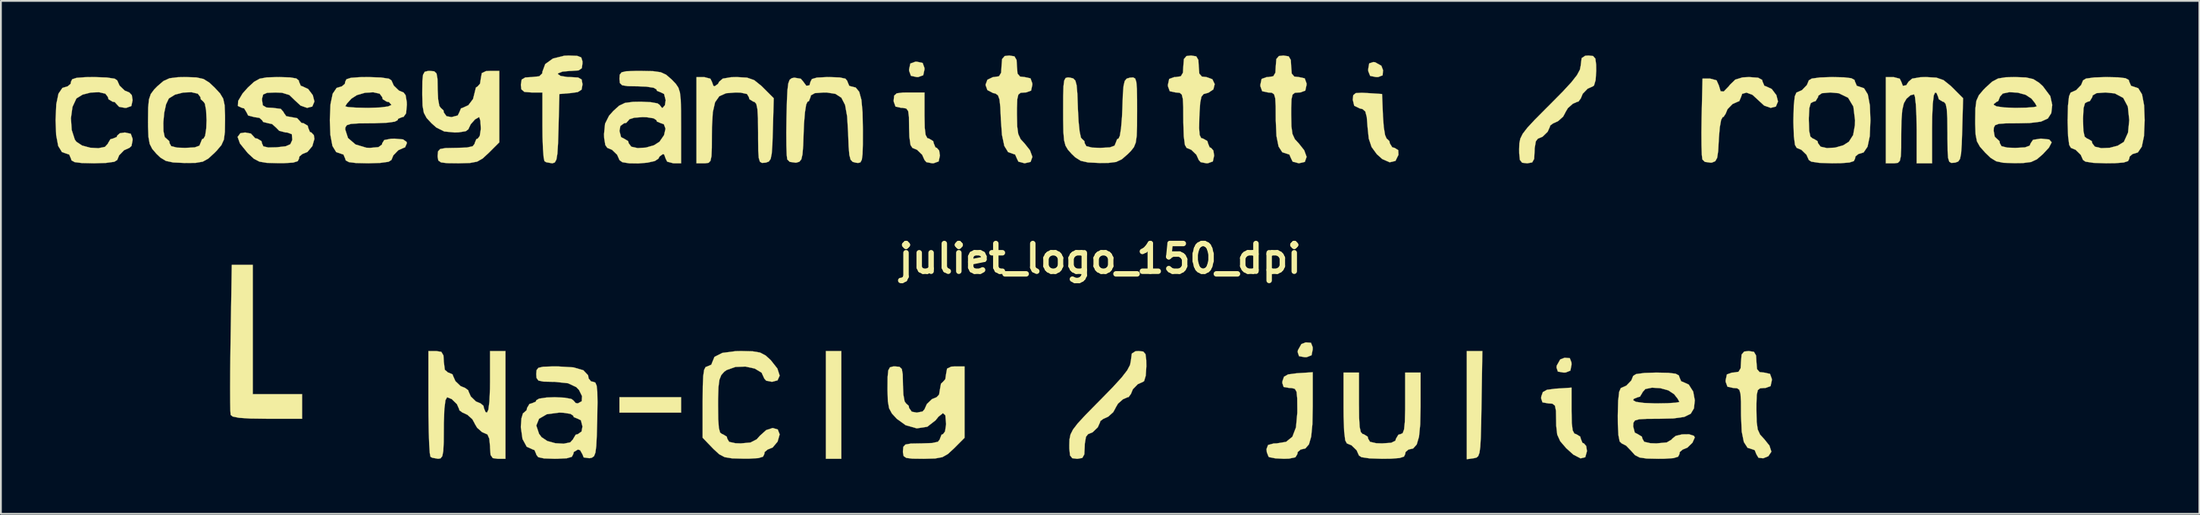
<source format=kicad_pcb>
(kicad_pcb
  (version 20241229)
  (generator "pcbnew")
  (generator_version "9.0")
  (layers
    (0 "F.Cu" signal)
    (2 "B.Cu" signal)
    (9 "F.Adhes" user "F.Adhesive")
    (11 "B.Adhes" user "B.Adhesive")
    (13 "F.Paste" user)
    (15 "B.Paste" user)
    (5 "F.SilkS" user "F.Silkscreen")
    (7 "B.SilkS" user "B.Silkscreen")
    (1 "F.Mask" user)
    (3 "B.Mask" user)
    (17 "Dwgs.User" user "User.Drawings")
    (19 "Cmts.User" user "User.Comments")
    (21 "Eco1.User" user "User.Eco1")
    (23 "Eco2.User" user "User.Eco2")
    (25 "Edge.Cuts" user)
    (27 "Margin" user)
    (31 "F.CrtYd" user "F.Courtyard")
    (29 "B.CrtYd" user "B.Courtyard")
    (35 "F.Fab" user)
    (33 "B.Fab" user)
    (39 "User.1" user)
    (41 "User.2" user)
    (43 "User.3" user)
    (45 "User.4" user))
  (footprint "juliet_logo_150_dpi"
    (layer "F.Cu")
    (at 57.409 11.181)
    (property "Reference" "juliet_logo_150_dpi" (at 0 0 0) (layer "F.SilkS") (effects (font (size 1.524 1.524) (thickness 0.3))))
    (attr through_hole)
    (fp_poly (pts (xy -23.029 8.467) (xy -26.416 8.467) (xy -26.416 7.62) (xy -23.029 7.62) (xy -23.029 8.467)) (stroke (width 0.01) (type solid)) (fill yes) (layer "F.SilkS"))
    (fp_poly (pts (xy -14.224 11.007) (xy -15.071 11.007) (xy -15.071 5.08) (xy -14.224 5.08) (xy -14.224 11.007)) (stroke (width 0.01) (type solid)) (fill yes) (layer "F.SilkS"))
    (fp_poly (pts (xy 11.588 4.625) (xy 11.681 4.867) (xy 11.684 4.984) (xy 11.619 5.311) (xy 11.357 5.415) (xy 11.249 5.419) (xy 10.932 5.363) (xy 10.857 5.14) (xy 10.868 5.038) (xy 11.061 4.695) (xy 11.303 4.603) (xy 11.588 4.625)) (stroke (width 0.01) (type solid)) (fill yes) (layer "F.SilkS"))
    (fp_poly (pts (xy 15.113 -10.807) (xy 15.455 -10.614) (xy 15.548 -10.372) (xy 15.525 -10.087) (xy 15.284 -9.994) (xy 15.167 -9.991) (xy 14.84 -10.056) (xy 14.735 -10.318) (xy 14.732 -10.426) (xy 14.787 -10.743) (xy 15.01 -10.817) (xy 15.113 -10.807)) (stroke (width 0.01) (type solid)) (fill yes) (layer "F.SilkS"))
    (fp_poly (pts (xy 25.812 5.472) (xy 25.905 5.714) (xy 25.908 5.83) (xy 25.843 6.158) (xy 25.581 6.262) (xy 25.473 6.265) (xy 25.156 6.21) (xy 25.081 5.987) (xy 25.092 5.884) (xy 25.285 5.542) (xy 25.527 5.449) (xy 25.812 5.472)) (stroke (width 0.01) (type solid)) (fill yes) (layer "F.SilkS"))
    (fp_poly (pts (xy -9.753 -10.767) (xy -9.654 -10.492) (xy -9.652 -10.414) (xy -9.722 -10.092) (xy -9.997 -9.992) (xy -10.075 -9.991) (xy -10.398 -10.061) (xy -10.497 -10.336) (xy -10.499 -10.414) (xy -10.429 -10.736) (xy -10.153 -10.836) (xy -10.075 -10.837) (xy -9.753 -10.767)) (stroke (width 0.01) (type solid)) (fill yes) (layer "F.SilkS"))
    (fp_poly (pts (xy 20.959 8.001) (xy 20.941 9.058) (xy 20.921 9.824) (xy 20.892 10.348) (xy 20.847 10.677) (xy 20.779 10.859) (xy 20.682 10.942) (xy 20.548 10.974) (xy 20.532 10.976) (xy 20.151 11.03) (xy 20.151 5.08) (xy 21.005 5.08) (xy 20.959 8.001)) (stroke (width 0.01) (type solid)) (fill yes) (layer "F.SilkS"))
    (fp_poly (pts (xy -46.567 7.451) (xy -43.857 7.451) (xy -43.857 8.805) (xy -45.787 8.805) (xy -46.706 8.793) (xy -47.322 8.753) (xy -47.67 8.683) (xy -47.783 8.594) (xy -47.799 8.371) (xy -47.808 7.859) (xy -47.811 7.108) (xy -47.807 6.168) (xy -47.795 5.089) (xy -47.785 4.36) (xy -47.72 0.339) (xy -46.567 0.339) (xy -46.567 7.451)) (stroke (width 0.01) (type solid)) (fill yes) (layer "F.SilkS"))
    (fp_poly (pts (xy 14.69 -9.111) (xy 15.494 -9.059) (xy 15.544 -7.832) (xy 15.588 -7.236) (xy 15.66 -6.8) (xy 15.744 -6.607) (xy 15.755 -6.604) (xy 15.899 -6.467) (xy 15.917 -6.35) (xy 16.054 -6.128) (xy 16.183 -6.096) (xy 16.384 -5.97) (xy 16.395 -5.715) (xy 16.231 -5.38) (xy 15.913 -5.303) (xy 15.504 -5.482) (xy 15.206 -5.75) (xy 14.918 -6.144) (xy 14.764 -6.604) (xy 14.698 -7.233) (xy 14.654 -7.792) (xy 14.574 -8.096) (xy 14.421 -8.231) (xy 14.266 -8.267) (xy 13.964 -8.414) (xy 13.885 -8.742) (xy 13.911 -8.994) (xy 14.048 -9.109) (xy 14.383 -9.127) (xy 14.69 -9.111)) (stroke (width 0.01) (type solid)) (fill yes) (layer "F.SilkS"))
    (fp_poly (pts (xy 25.908 8.373) (xy 25.921 9.045) (xy 25.969 9.441) (xy 26.063 9.621) (xy 26.162 9.652) (xy 26.386 9.788) (xy 26.416 9.906) (xy 26.507 10.131) (xy 26.585 10.16) (xy 26.713 10.305) (xy 26.755 10.583) (xy 26.662 10.92) (xy 26.404 10.984) (xy 26.009 10.78) (xy 25.612 10.422) (xy 25.285 10.04) (xy 25.121 9.679) (xy 25.065 9.192) (xy 25.061 8.905) (xy 25.051 8.366) (xy 24.995 8.084) (xy 24.856 7.976) (xy 24.626 7.959) (xy 24.309 7.903) (xy 24.235 7.68) (xy 24.245 7.578) (xy 24.329 7.34) (xy 24.552 7.213) (xy 25.008 7.152) (xy 25.104 7.145) (xy 25.908 7.093) (xy 25.908 8.373)) (stroke (width 0.01) (type solid)) (fill yes) (layer "F.SilkS"))
    (fp_poly (pts (xy -9.652 -7.874) (xy -9.639 -7.204) (xy -9.591 -6.811) (xy -9.496 -6.633) (xy -9.398 -6.604) (xy -9.174 -6.468) (xy -9.144 -6.35) (xy -9.053 -6.125) (xy -8.975 -6.096) (xy -8.847 -5.951) (xy -8.805 -5.673) (xy -8.875 -5.35) (xy -9.151 -5.251) (xy -9.229 -5.249) (xy -9.547 -5.311) (xy -9.652 -5.431) (xy -9.78 -5.718) (xy -10.062 -5.991) (xy -10.317 -6.096) (xy -10.42 -6.256) (xy -10.483 -6.698) (xy -10.499 -7.197) (xy -10.506 -7.788) (xy -10.548 -8.118) (xy -10.654 -8.262) (xy -10.853 -8.297) (xy -10.922 -8.297) (xy -11.244 -8.367) (xy -11.344 -8.643) (xy -11.345 -8.721) (xy -11.318 -8.972) (xy -11.178 -9.097) (xy -10.838 -9.14) (xy -10.499 -9.144) (xy -9.652 -9.144) (xy -9.652 -7.874)) (stroke (width 0.01) (type solid)) (fill yes) (layer "F.SilkS"))
    (fp_poly (pts (xy 11.684 8.131) (xy 11.665 9.104) (xy 11.599 9.784) (xy 11.475 10.214) (xy 11.28 10.438) (xy 11.019 10.499) (xy 10.858 10.636) (xy 10.837 10.753) (xy 10.734 10.923) (xy 10.385 10.998) (xy 10.104 11.007) (xy 9.628 10.983) (xy 9.309 10.922) (xy 9.257 10.894) (xy 9.16 10.645) (xy 9.144 10.47) (xy 9.229 10.248) (xy 9.539 10.164) (xy 9.699 10.16) (xy 10.219 10.075) (xy 10.566 9.794) (xy 10.763 9.276) (xy 10.836 8.482) (xy 10.837 8.295) (xy 10.831 7.677) (xy 10.796 7.323) (xy 10.702 7.16) (xy 10.525 7.114) (xy 10.402 7.112) (xy 10.085 7.057) (xy 10.011 6.834) (xy 10.021 6.731) (xy 10.105 6.493) (xy 10.328 6.366) (xy 10.784 6.305) (xy 10.88 6.298) (xy 11.684 6.247) (xy 11.684 8.131)) (stroke (width 0.01) (type solid)) (fill yes) (layer "F.SilkS"))
    (fp_poly (pts (xy 14.224 7.959) (xy 14.232 8.748) (xy 14.263 9.255) (xy 14.325 9.535) (xy 14.425 9.644) (xy 14.478 9.652) (xy 14.702 9.788) (xy 14.732 9.906) (xy 14.832 10.073) (xy 15.171 10.15) (xy 15.494 10.16) (xy 15.996 10.127) (xy 16.225 10.014) (xy 16.256 9.906) (xy 16.392 9.682) (xy 16.51 9.652) (xy 16.628 9.596) (xy 16.704 9.391) (xy 16.746 8.981) (xy 16.763 8.311) (xy 16.764 7.959) (xy 16.764 6.265) (xy 17.611 6.265) (xy 17.611 8.14) (xy 17.591 9.112) (xy 17.525 9.79) (xy 17.4 10.218) (xy 17.203 10.44) (xy 16.945 10.499) (xy 16.785 10.636) (xy 16.764 10.753) (xy 16.697 10.887) (xy 16.457 10.965) (xy 15.982 11.001) (xy 15.494 11.007) (xy 14.798 10.984) (xy 14.362 10.918) (xy 14.224 10.825) (xy 14.096 10.538) (xy 13.814 10.265) (xy 13.559 10.16) (xy 13.47 9.993) (xy 13.411 9.5) (xy 13.381 8.692) (xy 13.377 8.213) (xy 13.377 6.265) (xy 14.224 6.265) (xy 14.224 7.959)) (stroke (width 0.01) (type solid)) (fill yes) (layer "F.SilkS"))
    (fp_poly (pts (xy -28.739 -11.158) (xy -28.516 -11.072) (xy -28.451 -10.865) (xy -28.448 -10.753) (xy -28.485 -10.48) (xy -28.659 -10.359) (xy -29.066 -10.329) (xy -29.125 -10.329) (xy -29.549 -10.292) (xy -29.785 -10.198) (xy -29.803 -10.16) (xy -29.652 -10.054) (xy -29.277 -9.995) (xy -29.125 -9.991) (xy -28.688 -9.967) (xy -28.494 -9.858) (xy -28.448 -9.605) (xy -28.448 -9.578) (xy -28.497 -9.299) (xy -28.708 -9.165) (xy -29.083 -9.112) (xy -29.718 -9.059) (xy -29.766 -7.154) (xy -29.792 -6.324) (xy -29.827 -5.775) (xy -29.882 -5.451) (xy -29.968 -5.295) (xy -30.094 -5.25) (xy -30.119 -5.249) (xy -30.438 -5.306) (xy -30.536 -5.362) (xy -30.582 -5.568) (xy -30.619 -6.038) (xy -30.643 -6.697) (xy -30.649 -7.31) (xy -30.649 -9.144) (xy -31.242 -9.144) (xy -31.643 -9.176) (xy -31.807 -9.318) (xy -31.835 -9.567) (xy -31.79 -9.854) (xy -31.591 -9.971) (xy -31.242 -9.991) (xy -30.825 -10.034) (xy -30.662 -10.189) (xy -30.649 -10.292) (xy -30.495 -10.706) (xy -30.073 -11.01) (xy -29.451 -11.165) (xy -29.208 -11.176) (xy -28.739 -11.158)) (stroke (width 0.01) (type solid)) (fill yes) (layer "F.SilkS"))
    (fp_poly (pts (xy -4.709 -11.132) (xy -4.592 -10.932) (xy -4.572 -10.583) (xy -4.54 -10.183) (xy -4.398 -10.018) (xy -4.149 -9.991) (xy -3.826 -9.921) (xy -3.727 -9.645) (xy -3.725 -9.567) (xy -3.795 -9.245) (xy -4.071 -9.146) (xy -4.149 -9.144) (xy -4.368 -9.127) (xy -4.495 -9.027) (xy -4.554 -8.772) (xy -4.571 -8.288) (xy -4.572 -7.936) (xy -4.558 -7.279) (xy -4.5 -6.86) (xy -4.37 -6.576) (xy -4.149 -6.335) (xy -3.856 -5.966) (xy -3.726 -5.611) (xy -3.725 -5.596) (xy -3.821 -5.325) (xy -4.149 -5.249) (xy -4.489 -5.338) (xy -4.572 -5.503) (xy -4.67 -5.729) (xy -4.753 -5.757) (xy -5.056 -5.863) (xy -5.265 -6.202) (xy -5.394 -6.81) (xy -5.454 -7.643) (xy -5.485 -8.337) (xy -5.531 -8.762) (xy -5.613 -8.988) (xy -5.752 -9.086) (xy -5.884 -9.113) (xy -6.197 -9.277) (xy -6.299 -9.563) (xy -6.196 -9.843) (xy -5.896 -9.988) (xy -5.842 -9.991) (xy -5.556 -10.035) (xy -5.439 -10.234) (xy -5.419 -10.583) (xy -5.387 -10.984) (xy -5.245 -11.148) (xy -4.995 -11.176) (xy -4.709 -11.132)) (stroke (width 0.01) (type solid)) (fill yes) (layer "F.SilkS"))
    (fp_poly (pts (xy 36.162 -9.955) (xy 36.381 -9.836) (xy 36.407 -9.737) (xy 36.504 -9.511) (xy 36.588 -9.483) (xy 36.907 -9.338) (xy 37.165 -8.997) (xy 37.253 -8.648) (xy 37.137 -8.37) (xy 36.852 -8.297) (xy 36.492 -8.423) (xy 36.169 -8.721) (xy 35.851 -9.014) (xy 35.523 -9.136) (xy 35.284 -9.069) (xy 35.221 -8.89) (xy 35.124 -8.665) (xy 35.04 -8.636) (xy 34.753 -8.508) (xy 34.48 -8.226) (xy 34.375 -7.971) (xy 34.258 -7.797) (xy 34.213 -7.789) (xy 34.128 -7.634) (xy 34.054 -7.224) (xy 34.005 -6.644) (xy 34.001 -6.562) (xy 33.966 -5.924) (xy 33.91 -5.549) (xy 33.806 -5.363) (xy 33.63 -5.29) (xy 33.57 -5.28) (xy 33.235 -5.326) (xy 33.098 -5.459) (xy 33.068 -5.71) (xy 33.05 -6.227) (xy 33.045 -6.933) (xy 33.056 -7.756) (xy 33.057 -7.799) (xy 33.105 -9.906) (xy 33.528 -9.906) (xy 33.877 -9.813) (xy 34.005 -9.525) (xy 34.099 -9.211) (xy 34.269 -9.196) (xy 34.548 -9.484) (xy 34.612 -9.567) (xy 34.908 -9.853) (xy 35.308 -9.974) (xy 35.668 -9.991) (xy 36.162 -9.955)) (stroke (width 0.01) (type solid)) (fill yes) (layer "F.SilkS"))
    (fp_poly (pts (xy -21.419 -9.902) (xy -21.336 -9.737) (xy -21.254 -9.511) (xy -21.185 -9.483) (xy -21 -9.617) (xy -20.936 -9.737) (xy -20.739 -9.906) (xy -20.284 -9.983) (xy -19.97 -9.991) (xy -19.404 -9.96) (xy -19.011 -9.823) (xy -18.629 -9.516) (xy -18.519 -9.409) (xy -17.937 -8.827) (xy -17.986 -7.081) (xy -18.011 -6.296) (xy -18.047 -5.787) (xy -18.106 -5.491) (xy -18.205 -5.346) (xy -18.358 -5.289) (xy -18.415 -5.28) (xy -18.587 -5.269) (xy -18.698 -5.336) (xy -18.76 -5.539) (xy -18.788 -5.939) (xy -18.796 -6.595) (xy -18.796 -6.931) (xy -18.804 -7.724) (xy -18.835 -8.234) (xy -18.896 -8.516) (xy -18.995 -8.627) (xy -19.05 -8.636) (xy -19.274 -8.772) (xy -19.304 -8.89) (xy -19.409 -9.061) (xy -19.761 -9.136) (xy -20.028 -9.144) (xy -20.56 -9.101) (xy -20.928 -8.938) (xy -21.161 -8.607) (xy -21.286 -8.057) (xy -21.333 -7.239) (xy -21.336 -6.856) (xy -21.339 -6.111) (xy -21.359 -5.642) (xy -21.413 -5.384) (xy -21.517 -5.275) (xy -21.688 -5.25) (xy -21.759 -5.249) (xy -22.183 -5.249) (xy -22.183 -9.991) (xy -21.759 -9.991) (xy -21.419 -9.902)) (stroke (width 0.01) (type solid)) (fill yes) (layer "F.SilkS"))
    (fp_poly (pts (xy 2.368 5.107) (xy 2.493 5.248) (xy 2.536 5.587) (xy 2.54 5.927) (xy 2.507 6.433) (xy 2.419 6.73) (xy 2.359 6.773) (xy 2.071 6.902) (xy 1.798 7.183) (xy 1.693 7.439) (xy 1.563 7.613) (xy 1.512 7.62) (xy 1.257 7.731) (xy 0.983 7.972) (xy 0.847 8.203) (xy 0.847 8.213) (xy 0.722 8.44) (xy 0.452 8.683) (xy 0.192 8.805) (xy 0.181 8.805) (xy 0.007 8.935) (xy 0 8.987) (xy -0.128 9.274) (xy -0.41 9.547) (xy -0.665 9.652) (xy -0.779 9.802) (xy -0.842 10.177) (xy -0.847 10.329) (xy -0.87 10.766) (xy -0.979 10.96) (xy -1.233 11.006) (xy -1.27 11.007) (xy -1.531 10.975) (xy -1.655 10.82) (xy -1.692 10.45) (xy -1.693 10.245) (xy -1.683 9.934) (xy -1.628 9.67) (xy -1.492 9.399) (xy -1.237 9.067) (xy -0.826 8.62) (xy -0.222 8.005) (xy 0 7.781) (xy 0.699 7.066) (xy 1.183 6.535) (xy 1.487 6.142) (xy 1.645 5.843) (xy 1.693 5.593) (xy 1.693 5.58) (xy 1.741 5.22) (xy 1.941 5.091) (xy 2.117 5.08) (xy 2.368 5.107)) (stroke (width 0.01) (type solid)) (fill yes) (layer "F.SilkS"))
    (fp_poly (pts (xy 27.091 -11.149) (xy 27.216 -11.008) (xy 27.259 -10.669) (xy 27.263 -10.329) (xy 27.23 -9.823) (xy 27.142 -9.526) (xy 27.081 -9.483) (xy 26.794 -9.354) (xy 26.521 -9.073) (xy 26.416 -8.817) (xy 26.286 -8.643) (xy 26.235 -8.636) (xy 25.98 -8.525) (xy 25.706 -8.284) (xy 25.57 -8.053) (xy 25.569 -8.043) (xy 25.445 -7.816) (xy 25.175 -7.573) (xy 24.915 -7.451) (xy 24.904 -7.451) (xy 24.73 -7.321) (xy 24.723 -7.269) (xy 24.594 -6.982) (xy 24.313 -6.709) (xy 24.057 -6.604) (xy 23.944 -6.454) (xy 23.881 -6.079) (xy 23.876 -5.927) (xy 23.853 -5.49) (xy 23.744 -5.296) (xy 23.49 -5.25) (xy 23.453 -5.249) (xy 23.193 -5.28) (xy 23.069 -5.433) (xy 23.031 -5.798) (xy 23.029 -6.024) (xy 23.039 -6.34) (xy 23.091 -6.604) (xy 23.224 -6.873) (xy 23.475 -7.199) (xy 23.88 -7.636) (xy 24.478 -8.239) (xy 24.723 -8.483) (xy 25.421 -9.189) (xy 25.904 -9.713) (xy 26.207 -10.101) (xy 26.366 -10.397) (xy 26.416 -10.647) (xy 26.416 -10.672) (xy 26.462 -11.033) (xy 26.659 -11.164) (xy 26.839 -11.176) (xy 27.091 -11.149)) (stroke (width 0.01) (type solid)) (fill yes) (layer "F.SilkS"))
    (fp_poly (pts (xy 10.362 -11.132) (xy 10.479 -10.932) (xy 10.499 -10.583) (xy 10.53 -10.183) (xy 10.673 -10.018) (xy 10.922 -9.991) (xy 11.244 -9.921) (xy 11.344 -9.645) (xy 11.345 -9.567) (xy 11.275 -9.245) (xy 11 -9.146) (xy 10.922 -9.144) (xy 10.702 -9.127) (xy 10.576 -9.027) (xy 10.517 -8.772) (xy 10.5 -8.288) (xy 10.499 -7.936) (xy 10.512 -7.279) (xy 10.571 -6.86) (xy 10.701 -6.576) (xy 10.922 -6.335) (xy 11.215 -5.966) (xy 11.345 -5.611) (xy 11.345 -5.596) (xy 11.25 -5.325) (xy 10.922 -5.249) (xy 10.582 -5.338) (xy 10.499 -5.503) (xy 10.401 -5.729) (xy 10.317 -5.757) (xy 10.011 -5.855) (xy 9.806 -6.173) (xy 9.691 -6.747) (xy 9.652 -7.615) (xy 9.652 -7.693) (xy 9.648 -8.393) (xy 9.624 -8.822) (xy 9.559 -9.045) (xy 9.435 -9.13) (xy 9.232 -9.144) (xy 9.229 -9.144) (xy 8.906 -9.214) (xy 8.807 -9.489) (xy 8.805 -9.567) (xy 8.875 -9.89) (xy 9.151 -9.989) (xy 9.229 -9.991) (xy 9.515 -10.035) (xy 9.632 -10.234) (xy 9.652 -10.583) (xy 9.684 -10.984) (xy 9.826 -11.148) (xy 10.075 -11.176) (xy 10.362 -11.132)) (stroke (width 0.01) (type solid)) (fill yes) (layer "F.SilkS"))
    (fp_poly (pts (xy 35.931 5.124) (xy 36.048 5.324) (xy 36.068 5.673) (xy 36.1 6.073) (xy 36.242 6.238) (xy 36.491 6.265) (xy 36.814 6.335) (xy 36.913 6.611) (xy 36.915 6.689) (xy 36.845 7.011) (xy 36.569 7.11) (xy 36.491 7.112) (xy 36.272 7.129) (xy 36.145 7.229) (xy 36.086 7.484) (xy 36.069 7.968) (xy 36.068 8.32) (xy 36.081 8.975) (xy 36.139 9.393) (xy 36.269 9.677) (xy 36.499 9.928) (xy 36.503 9.932) (xy 36.783 10.282) (xy 36.886 10.601) (xy 36.882 10.629) (xy 36.723 10.864) (xy 36.444 10.979) (xy 36.181 10.951) (xy 36.068 10.764) (xy 35.974 10.532) (xy 35.887 10.499) (xy 35.58 10.401) (xy 35.376 10.083) (xy 35.26 9.509) (xy 35.222 8.641) (xy 35.221 8.563) (xy 35.218 7.863) (xy 35.193 7.434) (xy 35.129 7.211) (xy 35.005 7.126) (xy 34.802 7.112) (xy 34.798 7.112) (xy 34.476 7.042) (xy 34.376 6.767) (xy 34.375 6.689) (xy 34.445 6.366) (xy 34.72 6.267) (xy 34.798 6.265) (xy 35.084 6.221) (xy 35.201 6.022) (xy 35.221 5.673) (xy 35.253 5.272) (xy 35.395 5.108) (xy 35.645 5.08) (xy 35.931 5.124)) (stroke (width 0.01) (type solid)) (fill yes) (layer "F.SilkS"))
    (fp_poly (pts (xy 5.282 -11.132) (xy 5.399 -10.932) (xy 5.419 -10.583) (xy 5.45 -10.183) (xy 5.593 -10.018) (xy 5.842 -9.991) (xy 6.168 -9.872) (xy 6.297 -9.603) (xy 6.222 -9.31) (xy 5.937 -9.123) (xy 5.884 -9.113) (xy 5.686 -9.057) (xy 5.566 -8.906) (xy 5.5 -8.586) (xy 5.462 -8.022) (xy 5.454 -7.832) (xy 5.439 -7.184) (xy 5.469 -6.807) (xy 5.553 -6.636) (xy 5.665 -6.604) (xy 5.894 -6.472) (xy 5.927 -6.35) (xy 6.018 -6.125) (xy 6.096 -6.096) (xy 6.223 -5.951) (xy 6.265 -5.673) (xy 6.195 -5.35) (xy 5.92 -5.251) (xy 5.842 -5.249) (xy 5.524 -5.311) (xy 5.419 -5.431) (xy 5.29 -5.718) (xy 5.009 -5.991) (xy 4.753 -6.096) (xy 4.659 -6.26) (xy 4.597 -6.736) (xy 4.572 -7.495) (xy 4.572 -7.62) (xy 4.569 -8.341) (xy 4.546 -8.789) (xy 4.487 -9.029) (xy 4.373 -9.125) (xy 4.186 -9.144) (xy 4.149 -9.144) (xy 3.826 -9.214) (xy 3.727 -9.489) (xy 3.725 -9.567) (xy 3.795 -9.89) (xy 4.071 -9.989) (xy 4.149 -9.991) (xy 4.435 -10.035) (xy 4.552 -10.234) (xy 4.572 -10.583) (xy 4.604 -10.984) (xy 4.746 -11.148) (xy 4.995 -11.176) (xy 5.282 -11.132)) (stroke (width 0.01) (type solid)) (fill yes) (layer "F.SilkS"))
    (fp_poly (pts (xy 43.944 -9.902) (xy 44.027 -9.737) (xy 44.115 -9.509) (xy 44.299 -9.541) (xy 44.427 -9.737) (xy 44.624 -9.906) (xy 45.079 -9.983) (xy 45.393 -9.991) (xy 45.959 -9.96) (xy 46.352 -9.823) (xy 46.734 -9.516) (xy 46.844 -9.409) (xy 47.425 -8.827) (xy 47.377 -7.081) (xy 47.351 -6.296) (xy 47.316 -5.787) (xy 47.257 -5.491) (xy 47.158 -5.346) (xy 47.005 -5.289) (xy 46.948 -5.28) (xy 46.775 -5.269) (xy 46.665 -5.336) (xy 46.602 -5.539) (xy 46.574 -5.939) (xy 46.567 -6.595) (xy 46.567 -6.931) (xy 46.558 -7.724) (xy 46.528 -8.234) (xy 46.467 -8.516) (xy 46.368 -8.627) (xy 46.313 -8.636) (xy 46.088 -8.772) (xy 46.059 -8.89) (xy 45.967 -9.115) (xy 45.889 -9.144) (xy 45.814 -8.982) (xy 45.759 -8.522) (xy 45.727 -7.806) (xy 45.72 -7.197) (xy 45.72 -5.249) (xy 44.873 -5.249) (xy 44.873 -7.102) (xy 44.861 -7.859) (xy 44.829 -8.484) (xy 44.781 -8.902) (xy 44.734 -9.041) (xy 44.535 -8.993) (xy 44.311 -8.795) (xy 44.169 -8.549) (xy 44.081 -8.168) (xy 44.037 -7.582) (xy 44.027 -6.856) (xy 44.024 -6.111) (xy 44.004 -5.642) (xy 43.95 -5.384) (xy 43.846 -5.275) (xy 43.674 -5.25) (xy 43.603 -5.249) (xy 43.18 -5.249) (xy 43.18 -9.991) (xy 43.603 -9.991) (xy 43.944 -9.902)) (stroke (width 0.01) (type solid)) (fill yes) (layer "F.SilkS"))
    (fp_poly (pts (xy -1.651 -9.96) (xy -1.475 -9.915) (xy -1.361 -9.797) (xy -1.292 -9.542) (xy -1.252 -9.085) (xy -1.225 -8.362) (xy -1.222 -8.255) (xy -1.185 -7.55) (xy -1.127 -6.996) (xy -1.056 -6.666) (xy -1.01 -6.604) (xy -0.865 -6.467) (xy -0.847 -6.35) (xy -0.756 -6.19) (xy -0.442 -6.112) (xy 0 -6.096) (xy 0.532 -6.123) (xy 0.792 -6.217) (xy 0.847 -6.35) (xy 0.935 -6.575) (xy 1.01 -6.604) (xy 1.084 -6.761) (xy 1.151 -7.186) (xy 1.202 -7.806) (xy 1.222 -8.255) (xy 1.248 -9.014) (xy 1.286 -9.5) (xy 1.351 -9.775) (xy 1.459 -9.906) (xy 1.626 -9.956) (xy 1.651 -9.96) (xy 1.817 -9.971) (xy 1.926 -9.911) (xy 1.99 -9.722) (xy 2.021 -9.347) (xy 2.031 -8.73) (xy 2.032 -8.134) (xy 2.029 -7.313) (xy 2.01 -6.756) (xy 1.958 -6.389) (xy 1.857 -6.137) (xy 1.691 -5.925) (xy 1.518 -5.752) (xy 1.193 -5.47) (xy 0.876 -5.321) (xy 0.44 -5.267) (xy -0.048 -5.266) (xy -0.664 -5.295) (xy -1.064 -5.385) (xy -1.368 -5.577) (xy -1.566 -5.767) (xy -1.77 -5.995) (xy -1.903 -6.22) (xy -1.981 -6.518) (xy -2.019 -6.964) (xy -2.031 -7.631) (xy -2.032 -8.133) (xy -2.03 -8.951) (xy -2.014 -9.487) (xy -1.974 -9.798) (xy -1.897 -9.941) (xy -1.772 -9.973) (xy -1.651 -9.96)) (stroke (width 0.01) (type solid)) (fill yes) (layer "F.SilkS"))
    (fp_poly (pts (xy -19.096 5.095) (xy -18.688 5.164) (xy -18.386 5.322) (xy -18.106 5.575) (xy -17.737 6.042) (xy -17.611 6.432) (xy -17.729 6.693) (xy -18.034 6.773) (xy -18.352 6.711) (xy -18.457 6.592) (xy -18.605 6.268) (xy -18.984 6.043) (xy -19.495 5.933) (xy -20.041 5.954) (xy -20.524 6.124) (xy -20.657 6.218) (xy -20.82 6.4) (xy -20.922 6.656) (xy -20.976 7.063) (xy -20.996 7.696) (xy -20.997 8.081) (xy -20.988 8.837) (xy -20.953 9.313) (xy -20.885 9.565) (xy -20.772 9.65) (xy -20.743 9.652) (xy -20.519 9.788) (xy -20.489 9.906) (xy -20.387 10.076) (xy -20.039 10.151) (xy -19.751 10.16) (xy -19.217 10.113) (xy -18.873 9.936) (xy -18.695 9.737) (xy -18.352 9.428) (xy -17.994 9.312) (xy -17.716 9.396) (xy -17.611 9.664) (xy -17.726 10.064) (xy -17.998 10.387) (xy -18.276 10.499) (xy -18.437 10.636) (xy -18.457 10.753) (xy -18.528 10.892) (xy -18.781 10.97) (xy -19.279 10.999) (xy -19.6 11) (xy -20.227 10.984) (xy -20.632 10.917) (xy -20.931 10.761) (xy -21.241 10.476) (xy -21.294 10.422) (xy -21.844 9.85) (xy -21.844 7.889) (xy -21.837 7.03) (xy -21.813 6.457) (xy -21.763 6.117) (xy -21.682 5.959) (xy -21.59 5.927) (xy -21.365 5.829) (xy -21.336 5.745) (xy -21.195 5.401) (xy -20.763 5.182) (xy -20.029 5.086) (xy -19.726 5.08) (xy -19.096 5.095)) (stroke (width 0.01) (type solid)) (fill yes) (layer "F.SilkS"))
    (fp_poly (pts (xy -14.311 -9.971) (xy -13.995 -9.902) (xy -13.887 -9.767) (xy -13.885 -9.737) (xy -13.788 -9.511) (xy -13.704 -9.483) (xy -13.431 -9.415) (xy -13.24 -9.182) (xy -13.119 -8.74) (xy -13.056 -8.047) (xy -13.039 -7.112) (xy -13.041 -6.293) (xy -13.056 -5.756) (xy -13.096 -5.444) (xy -13.173 -5.3) (xy -13.297 -5.267) (xy -13.42 -5.28) (xy -13.599 -5.327) (xy -13.714 -5.449) (xy -13.783 -5.714) (xy -13.822 -6.187) (xy -13.849 -6.906) (xy -13.903 -7.826) (xy -14.016 -8.459) (xy -14.22 -8.856) (xy -14.544 -9.066) (xy -15.018 -9.141) (xy -15.193 -9.144) (xy -15.681 -9.107) (xy -15.895 -8.984) (xy -15.917 -8.89) (xy -16.006 -8.665) (xy -16.081 -8.636) (xy -16.155 -8.479) (xy -16.222 -8.054) (xy -16.273 -7.434) (xy -16.292 -6.985) (xy -16.319 -6.226) (xy -16.357 -5.74) (xy -16.421 -5.465) (xy -16.529 -5.334) (xy -16.697 -5.284) (xy -16.722 -5.28) (xy -17.057 -5.326) (xy -17.194 -5.459) (xy -17.224 -5.71) (xy -17.242 -6.227) (xy -17.247 -6.933) (xy -17.236 -7.756) (xy -17.235 -7.799) (xy -17.213 -8.674) (xy -17.184 -9.268) (xy -17.139 -9.637) (xy -17.066 -9.838) (xy -16.953 -9.928) (xy -16.806 -9.96) (xy -16.448 -9.899) (xy -16.322 -9.749) (xy -16.146 -9.513) (xy -15.974 -9.535) (xy -15.917 -9.737) (xy -15.839 -9.884) (xy -15.563 -9.963) (xy -15.024 -9.99) (xy -14.901 -9.991) (xy -14.311 -9.971)) (stroke (width 0.01) (type solid)) (fill yes) (layer "F.SilkS"))
    (fp_poly (pts (xy -36.205 5.124) (xy -36.088 5.324) (xy -36.068 5.673) (xy -36.013 6.111) (xy -35.837 6.264) (xy -35.814 6.265) (xy -35.589 6.363) (xy -35.56 6.447) (xy -35.432 6.734) (xy -35.15 7.007) (xy -34.895 7.112) (xy -34.721 7.242) (xy -34.713 7.293) (xy -34.585 7.581) (xy -34.304 7.854) (xy -34.048 7.959) (xy -33.887 8.096) (xy -33.867 8.213) (xy -33.775 8.438) (xy -33.697 8.467) (xy -33.619 8.306) (xy -33.562 7.855) (xy -33.532 7.164) (xy -33.528 6.773) (xy -33.528 5.08) (xy -32.681 5.08) (xy -32.681 11.007) (xy -33.105 11.007) (xy -33.377 10.97) (xy -33.499 10.795) (xy -33.528 10.388) (xy -33.528 10.329) (xy -33.568 9.905) (xy -33.669 9.669) (xy -33.709 9.652) (xy -33.964 9.541) (xy -34.238 9.3) (xy -34.374 9.069) (xy -34.375 9.059) (xy -34.499 8.832) (xy -34.769 8.589) (xy -35.029 8.467) (xy -35.04 8.467) (xy -35.214 8.337) (xy -35.221 8.285) (xy -35.35 7.998) (xy -35.631 7.725) (xy -35.887 7.62) (xy -35.979 7.785) (xy -36.039 8.269) (xy -36.067 9.051) (xy -36.068 9.313) (xy -36.074 10.087) (xy -36.098 10.582) (xy -36.152 10.861) (xy -36.246 10.982) (xy -36.378 11.007) (xy -36.7 10.951) (xy -36.802 10.894) (xy -36.839 10.695) (xy -36.871 10.216) (xy -36.896 9.514) (xy -36.911 8.648) (xy -36.915 7.93) (xy -36.915 5.08) (xy -36.491 5.08) (xy -36.205 5.124)) (stroke (width 0.01) (type solid)) (fill yes) (layer "F.SilkS"))
    (fp_poly (pts (xy 40.887 -9.977) (xy 41.28 -9.929) (xy 41.458 -9.834) (xy 41.487 -9.737) (xy 41.584 -9.511) (xy 41.668 -9.483) (xy 41.982 -9.377) (xy 42.189 -9.039) (xy 42.302 -8.435) (xy 42.333 -7.62) (xy 42.296 -6.742) (xy 42.175 -6.162) (xy 41.959 -5.845) (xy 41.668 -5.757) (xy 41.507 -5.62) (xy 41.487 -5.503) (xy 41.42 -5.369) (xy 41.18 -5.291) (xy 40.704 -5.255) (xy 40.217 -5.249) (xy 39.521 -5.272) (xy 39.085 -5.338) (xy 38.947 -5.431) (xy 38.818 -5.718) (xy 38.537 -5.991) (xy 38.281 -6.096) (xy 38.187 -6.26) (xy 38.125 -6.736) (xy 38.1 -7.495) (xy 38.1 -7.62) (xy 38.947 -7.62) (xy 38.966 -7.03) (xy 39.035 -6.713) (xy 39.17 -6.606) (xy 39.201 -6.604) (xy 39.425 -6.468) (xy 39.455 -6.35) (xy 39.596 -6.162) (xy 39.946 -6.085) (xy 40.399 -6.112) (xy 40.844 -6.24) (xy 41.148 -6.435) (xy 41.383 -6.802) (xy 41.48 -7.349) (xy 41.487 -7.62) (xy 41.395 -8.37) (xy 41.105 -8.855) (xy 40.595 -9.101) (xy 40.132 -9.144) (xy 39.661 -9.102) (xy 39.467 -8.963) (xy 39.455 -8.89) (xy 39.319 -8.666) (xy 39.201 -8.636) (xy 39.053 -8.558) (xy 38.974 -8.281) (xy 38.947 -7.742) (xy 38.947 -7.62) (xy 38.1 -7.62) (xy 38.12 -8.417) (xy 38.176 -8.932) (xy 38.267 -9.141) (xy 38.281 -9.144) (xy 38.569 -9.272) (xy 38.842 -9.554) (xy 38.947 -9.809) (xy 39.108 -9.909) (xy 39.567 -9.971) (xy 40.217 -9.991) (xy 40.887 -9.977)) (stroke (width 0.01) (type solid)) (fill yes) (layer "F.SilkS"))
    (fp_poly (pts (xy 55.957 -9.977) (xy 56.35 -9.929) (xy 56.528 -9.834) (xy 56.557 -9.737) (xy 56.655 -9.511) (xy 56.739 -9.483) (xy 57.052 -9.377) (xy 57.26 -9.039) (xy 57.373 -8.435) (xy 57.404 -7.62) (xy 57.366 -6.742) (xy 57.246 -6.162) (xy 57.03 -5.845) (xy 56.739 -5.757) (xy 56.578 -5.62) (xy 56.557 -5.503) (xy 56.491 -5.369) (xy 56.25 -5.291) (xy 55.775 -5.255) (xy 55.287 -5.249) (xy 54.592 -5.272) (xy 54.155 -5.338) (xy 54.017 -5.431) (xy 53.889 -5.718) (xy 53.608 -5.991) (xy 53.352 -6.096) (xy 53.257 -6.26) (xy 53.196 -6.736) (xy 53.171 -7.495) (xy 53.171 -7.62) (xy 54.017 -7.62) (xy 54.037 -7.03) (xy 54.106 -6.713) (xy 54.241 -6.606) (xy 54.271 -6.604) (xy 54.496 -6.468) (xy 54.525 -6.35) (xy 54.667 -6.163) (xy 55.019 -6.081) (xy 55.473 -6.1) (xy 55.919 -6.214) (xy 56.248 -6.417) (xy 56.266 -6.437) (xy 56.49 -6.934) (xy 56.557 -7.62) (xy 56.479 -8.368) (xy 56.225 -8.847) (xy 55.763 -9.092) (xy 55.25 -9.144) (xy 54.761 -9.107) (xy 54.547 -8.984) (xy 54.525 -8.89) (xy 54.39 -8.666) (xy 54.271 -8.636) (xy 54.124 -8.558) (xy 54.045 -8.281) (xy 54.018 -7.742) (xy 54.017 -7.62) (xy 53.171 -7.62) (xy 53.19 -8.417) (xy 53.247 -8.932) (xy 53.337 -9.141) (xy 53.352 -9.144) (xy 53.639 -9.272) (xy 53.912 -9.554) (xy 54.017 -9.809) (xy 54.179 -9.909) (xy 54.637 -9.971) (xy 55.287 -9.991) (xy 55.957 -9.977)) (stroke (width 0.01) (type solid)) (fill yes) (layer "F.SilkS"))
    (fp_poly (pts (xy -49.671 -9.973) (xy -49.277 -9.887) (xy -48.956 -9.687) (xy -48.666 -9.415) (xy -48.366 -9.092) (xy -48.193 -8.805) (xy -48.114 -8.44) (xy -48.092 -7.889) (xy -48.091 -7.62) (xy -48.101 -6.973) (xy -48.155 -6.553) (xy -48.29 -6.251) (xy -48.54 -5.954) (xy -48.666 -5.825) (xy -49.01 -5.508) (xy -49.316 -5.338) (xy -49.71 -5.271) (xy -50.317 -5.266) (xy -50.317 -5.266) (xy -50.939 -5.294) (xy -51.341 -5.379) (xy -51.642 -5.561) (xy -51.858 -5.767) (xy -52.092 -6.039) (xy -52.232 -6.315) (xy -52.3 -6.693) (xy -52.323 -7.269) (xy -52.323 -7.498) (xy -51.483 -7.498) (xy -51.476 -7.019) (xy -51.406 -6.69) (xy -51.308 -6.604) (xy -51.158 -6.467) (xy -51.139 -6.35) (xy -51.048 -6.19) (xy -50.734 -6.112) (xy -50.292 -6.096) (xy -49.76 -6.123) (xy -49.5 -6.217) (xy -49.445 -6.35) (xy -49.354 -6.575) (xy -49.276 -6.604) (xy -49.186 -6.758) (xy -49.125 -7.161) (xy -49.107 -7.62) (xy -49.132 -8.161) (xy -49.2 -8.528) (xy -49.276 -8.636) (xy -49.426 -8.773) (xy -49.445 -8.89) (xy -49.587 -9.077) (xy -49.939 -9.159) (xy -50.393 -9.14) (xy -50.839 -9.026) (xy -51.168 -8.823) (xy -51.186 -8.803) (xy -51.333 -8.493) (xy -51.434 -8.024) (xy -51.483 -7.498) (xy -52.323 -7.498) (xy -52.324 -7.619) (xy -52.316 -8.309) (xy -52.274 -8.757) (xy -52.172 -9.059) (xy -51.984 -9.312) (xy -51.81 -9.488) (xy -51.475 -9.776) (xy -51.139 -9.927) (xy -50.674 -9.984) (xy -50.269 -9.991) (xy -49.671 -9.973)) (stroke (width 0.01) (type solid)) (fill yes) (layer "F.SilkS"))
    (fp_poly (pts (xy -54.592 -9.968) (xy -54.155 -9.902) (xy -54.017 -9.809) (xy -53.889 -9.522) (xy -53.608 -9.249) (xy -53.352 -9.144) (xy -53.216 -8.999) (xy -53.171 -8.721) (xy -53.241 -8.398) (xy -53.516 -8.299) (xy -53.594 -8.297) (xy -53.912 -8.355) (xy -54.017 -8.467) (xy -54.154 -8.617) (xy -54.271 -8.636) (xy -54.496 -8.772) (xy -54.525 -8.89) (xy -54.667 -9.077) (xy -55.019 -9.159) (xy -55.473 -9.14) (xy -55.919 -9.026) (xy -56.248 -8.823) (xy -56.266 -8.803) (xy -56.476 -8.35) (xy -56.561 -7.728) (xy -56.518 -7.083) (xy -56.349 -6.558) (xy -56.266 -6.437) (xy -55.95 -6.227) (xy -55.509 -6.106) (xy -55.052 -6.079) (xy -54.688 -6.153) (xy -54.526 -6.332) (xy -54.525 -6.35) (xy -54.39 -6.574) (xy -54.271 -6.604) (xy -54.046 -6.695) (xy -54.017 -6.773) (xy -53.872 -6.901) (xy -53.594 -6.943) (xy -53.272 -6.873) (xy -53.172 -6.597) (xy -53.171 -6.519) (xy -53.233 -6.201) (xy -53.352 -6.096) (xy -53.639 -5.968) (xy -53.912 -5.686) (xy -54.017 -5.431) (xy -54.179 -5.331) (xy -54.637 -5.269) (xy -55.287 -5.249) (xy -55.957 -5.263) (xy -56.35 -5.311) (xy -56.528 -5.406) (xy -56.557 -5.503) (xy -56.655 -5.729) (xy -56.739 -5.757) (xy -57.052 -5.863) (xy -57.26 -6.201) (xy -57.373 -6.805) (xy -57.404 -7.62) (xy -57.366 -8.498) (xy -57.246 -9.078) (xy -57.03 -9.395) (xy -56.739 -9.483) (xy -56.578 -9.62) (xy -56.557 -9.737) (xy -56.491 -9.871) (xy -56.25 -9.949) (xy -55.775 -9.985) (xy -55.287 -9.991) (xy -54.592 -9.968)) (stroke (width 0.01) (type solid)) (fill yes) (layer "F.SilkS"))
    (fp_poly (pts (xy -7.451 9.855) (xy -8.026 10.431) (xy -8.366 10.744) (xy -8.671 10.917) (xy -9.064 10.99) (xy -9.665 11.007) (xy -9.72 11.007) (xy -10.317 11) (xy -10.652 10.959) (xy -10.799 10.856) (xy -10.836 10.662) (xy -10.837 10.583) (xy -10.816 10.349) (xy -10.698 10.222) (xy -10.405 10.17) (xy -9.857 10.16) (xy -9.821 10.16) (xy -9.231 10.14) (xy -8.915 10.071) (xy -8.807 9.937) (xy -8.805 9.906) (xy -8.714 9.681) (xy -8.636 9.652) (xy -8.524 9.503) (xy -8.468 9.137) (xy -8.467 9.059) (xy -8.506 8.616) (xy -8.638 8.495) (xy -8.882 8.69) (xy -9.043 8.89) (xy -9.499 9.245) (xy -10.075 9.333) (xy -10.689 9.158) (xy -11.17 8.811) (xy -11.443 8.517) (xy -11.597 8.23) (xy -11.666 7.842) (xy -11.684 7.244) (xy -11.684 7.118) (xy -11.678 6.497) (xy -11.642 6.141) (xy -11.55 5.976) (xy -11.376 5.929) (xy -11.261 5.927) (xy -11.026 5.948) (xy -10.899 6.066) (xy -10.848 6.359) (xy -10.837 6.907) (xy -10.837 6.943) (xy -10.812 7.484) (xy -10.744 7.851) (xy -10.668 7.959) (xy -10.518 8.096) (xy -10.499 8.213) (xy -10.351 8.417) (xy -10.075 8.467) (xy -9.757 8.405) (xy -9.652 8.285) (xy -9.524 7.998) (xy -9.242 7.725) (xy -8.987 7.62) (xy -8.85 7.475) (xy -8.805 7.197) (xy -8.747 6.878) (xy -8.636 6.773) (xy -8.509 6.628) (xy -8.467 6.35) (xy -8.412 6.047) (xy -8.18 5.937) (xy -7.959 5.927) (xy -7.451 5.927) (xy -7.451 9.855)) (stroke (width 0.01) (type solid)) (fill yes) (layer "F.SilkS"))
    (fp_poly (pts (xy -33.02 -6.401) (xy -33.596 -5.825) (xy -33.935 -5.512) (xy -34.24 -5.339) (xy -34.633 -5.266) (xy -35.234 -5.249) (xy -35.289 -5.249) (xy -35.886 -5.256) (xy -36.221 -5.297) (xy -36.369 -5.4) (xy -36.406 -5.594) (xy -36.407 -5.673) (xy -36.385 -5.907) (xy -36.268 -6.034) (xy -35.974 -6.086) (xy -35.426 -6.096) (xy -35.391 -6.096) (xy -34.801 -6.116) (xy -34.484 -6.185) (xy -34.377 -6.319) (xy -34.375 -6.35) (xy -34.283 -6.575) (xy -34.205 -6.604) (xy -34.093 -6.753) (xy -34.037 -7.119) (xy -34.036 -7.197) (xy -34.06 -7.589) (xy -34.12 -7.784) (xy -34.133 -7.789) (xy -34.35 -7.665) (xy -34.589 -7.397) (xy -34.712 -7.14) (xy -34.713 -7.124) (xy -34.866 -7.013) (xy -35.256 -6.95) (xy -35.469 -6.943) (xy -36.045 -6.999) (xy -36.478 -7.215) (xy -36.739 -7.445) (xy -37.012 -7.739) (xy -37.166 -8.026) (xy -37.236 -8.414) (xy -37.253 -9.012) (xy -37.253 -9.138) (xy -37.247 -9.759) (xy -37.211 -10.115) (xy -37.119 -10.28) (xy -36.946 -10.327) (xy -36.83 -10.329) (xy -36.595 -10.308) (xy -36.469 -10.19) (xy -36.417 -9.897) (xy -36.407 -9.349) (xy -36.407 -9.313) (xy -36.381 -8.772) (xy -36.314 -8.405) (xy -36.237 -8.297) (xy -36.087 -8.16) (xy -36.068 -8.043) (xy -35.921 -7.839) (xy -35.645 -7.789) (xy -35.304 -7.878) (xy -35.221 -8.043) (xy -35.124 -8.269) (xy -35.04 -8.297) (xy -34.721 -8.442) (xy -34.463 -8.783) (xy -34.375 -9.132) (xy -34.306 -9.414) (xy -34.205 -9.483) (xy -34.078 -9.628) (xy -34.036 -9.906) (xy -33.981 -10.209) (xy -33.749 -10.319) (xy -33.528 -10.329) (xy -33.02 -10.329) (xy -33.02 -6.401)) (stroke (width 0.01) (type solid)) (fill yes) (layer "F.SilkS"))
    (fp_poly (pts (xy 50.878 -9.971) (xy 51.277 -9.882) (xy 51.597 -9.683) (xy 51.81 -9.488) (xy 52.218 -8.943) (xy 52.324 -8.46) (xy 52.273 -8.009) (xy 52.084 -7.713) (xy 51.704 -7.54) (xy 51.079 -7.463) (xy 50.473 -7.451) (xy 49.798 -7.446) (xy 49.392 -7.419) (xy 49.188 -7.347) (xy 49.115 -7.21) (xy 49.107 -7.027) (xy 49.165 -6.709) (xy 49.276 -6.604) (xy 49.426 -6.467) (xy 49.445 -6.35) (xy 49.536 -6.19) (xy 49.85 -6.112) (xy 50.292 -6.096) (xy 50.824 -6.123) (xy 51.084 -6.217) (xy 51.139 -6.35) (xy 51.267 -6.538) (xy 51.677 -6.604) (xy 51.731 -6.604) (xy 52.158 -6.558) (xy 52.294 -6.402) (xy 52.143 -6.11) (xy 51.81 -5.752) (xy 51.483 -5.469) (xy 51.158 -5.318) (xy 50.712 -5.262) (xy 50.244 -5.256) (xy 49.64 -5.276) (xy 49.247 -5.358) (xy 48.939 -5.547) (xy 48.641 -5.834) (xy 48.352 -6.159) (xy 48.187 -6.455) (xy 48.112 -6.835) (xy 48.091 -7.411) (xy 48.091 -7.622) (xy 48.101 -8.269) (xy 48.127 -8.467) (xy 49.107 -8.467) (xy 49.263 -8.38) (xy 49.683 -8.32) (xy 50.291 -8.297) (xy 50.292 -8.297) (xy 50.876 -8.308) (xy 51.3 -8.337) (xy 51.476 -8.377) (xy 51.477 -8.38) (xy 51.38 -8.556) (xy 51.186 -8.803) (xy 50.87 -9.013) (xy 50.429 -9.134) (xy 49.972 -9.161) (xy 49.608 -9.087) (xy 49.446 -8.908) (xy 49.445 -8.89) (xy 49.354 -8.665) (xy 49.276 -8.636) (xy 49.112 -8.507) (xy 49.107 -8.467) (xy 48.127 -8.467) (xy 48.156 -8.688) (xy 48.291 -8.991) (xy 48.542 -9.289) (xy 48.666 -9.415) (xy 49.024 -9.741) (xy 49.349 -9.913) (xy 49.774 -9.981) (xy 50.269 -9.991) (xy 50.878 -9.971)) (stroke (width 0.01) (type solid)) (fill yes) (layer "F.SilkS"))
    (fp_poly (pts (xy -39.521 -9.968) (xy -39.085 -9.902) (xy -38.947 -9.809) (xy -38.818 -9.522) (xy -38.537 -9.249) (xy -38.281 -9.144) (xy -38.168 -8.994) (xy -38.105 -8.619) (xy -38.1 -8.467) (xy -38.142 -7.996) (xy -38.281 -7.802) (xy -38.354 -7.789) (xy -38.579 -7.698) (xy -38.608 -7.62) (xy -38.767 -7.538) (xy -39.205 -7.479) (xy -39.862 -7.452) (xy -40.047 -7.451) (xy -40.747 -7.444) (xy -41.175 -7.415) (xy -41.396 -7.347) (xy -41.477 -7.225) (xy -41.487 -7.112) (xy -41.333 -6.638) (xy -40.922 -6.284) (xy -40.328 -6.106) (xy -40.132 -6.096) (xy -39.661 -6.138) (xy -39.467 -6.277) (xy -39.455 -6.35) (xy -39.343 -6.527) (xy -38.972 -6.599) (xy -38.777 -6.604) (xy -38.306 -6.562) (xy -38.112 -6.423) (xy -38.1 -6.35) (xy -38.198 -6.125) (xy -38.281 -6.096) (xy -38.569 -5.968) (xy -38.842 -5.686) (xy -38.947 -5.431) (xy -39.108 -5.331) (xy -39.567 -5.269) (xy -40.217 -5.249) (xy -40.887 -5.263) (xy -41.28 -5.311) (xy -41.458 -5.406) (xy -41.487 -5.503) (xy -41.584 -5.729) (xy -41.668 -5.757) (xy -41.982 -5.863) (xy -42.189 -6.201) (xy -42.302 -6.805) (xy -42.333 -7.62) (xy -42.301 -8.382) (xy -41.487 -8.382) (xy -41.331 -8.342) (xy -40.92 -8.312) (xy -40.335 -8.298) (xy -40.217 -8.297) (xy -39.577 -8.318) (xy -39.131 -8.375) (xy -38.948 -8.459) (xy -38.947 -8.467) (xy -39.084 -8.617) (xy -39.201 -8.636) (xy -39.425 -8.772) (xy -39.455 -8.89) (xy -39.596 -9.078) (xy -39.946 -9.155) (xy -40.399 -9.128) (xy -40.844 -9) (xy -41.148 -8.805) (xy -41.394 -8.533) (xy -41.487 -8.382) (xy -42.301 -8.382) (xy -42.296 -8.498) (xy -42.175 -9.078) (xy -41.959 -9.395) (xy -41.668 -9.483) (xy -41.507 -9.62) (xy -41.487 -9.737) (xy -41.42 -9.871) (xy -41.18 -9.949) (xy -40.704 -9.985) (xy -40.217 -9.991) (xy -39.521 -9.968)) (stroke (width 0.01) (type solid)) (fill yes) (layer "F.SilkS"))
    (fp_poly (pts (xy 31.235 6.279) (xy 31.628 6.327) (xy 31.806 6.422) (xy 31.835 6.519) (xy 31.932 6.745) (xy 32.016 6.773) (xy 32.349 6.925) (xy 32.593 7.31) (xy 32.681 7.789) (xy 32.634 8.233) (xy 32.458 8.529) (xy 32.1 8.704) (xy 31.505 8.787) (xy 30.746 8.805) (xy 30.046 8.809) (xy 29.617 8.834) (xy 29.393 8.898) (xy 29.308 9.022) (xy 29.295 9.225) (xy 29.295 9.229) (xy 29.383 9.569) (xy 29.549 9.652) (xy 29.773 9.788) (xy 29.803 9.906) (xy 29.902 10.073) (xy 30.239 10.149) (xy 30.57 10.16) (xy 31.14 10.108) (xy 31.415 9.945) (xy 31.435 9.906) (xy 31.632 9.748) (xy 31.986 9.663) (xy 32.363 9.658) (xy 32.63 9.741) (xy 32.681 9.833) (xy 32.553 10.121) (xy 32.272 10.394) (xy 32.016 10.499) (xy 31.855 10.636) (xy 31.835 10.753) (xy 31.764 10.892) (xy 31.51 10.971) (xy 31.011 11.004) (xy 30.673 11.007) (xy 30.039 10.994) (xy 29.645 10.936) (xy 29.394 10.806) (xy 29.194 10.583) (xy 28.906 10.284) (xy 28.662 10.16) (xy 28.662 10.16) (xy 28.552 10.055) (xy 28.484 9.715) (xy 28.452 9.098) (xy 28.448 8.636) (xy 28.468 7.839) (xy 28.473 7.789) (xy 29.295 7.789) (xy 29.452 7.875) (xy 29.879 7.934) (xy 30.505 7.959) (xy 30.565 7.959) (xy 31.172 7.949) (xy 31.621 7.922) (xy 31.829 7.884) (xy 31.835 7.876) (xy 31.737 7.7) (xy 31.543 7.453) (xy 31.227 7.243) (xy 30.787 7.122) (xy 30.329 7.095) (xy 29.965 7.169) (xy 29.804 7.348) (xy 29.803 7.366) (xy 29.667 7.59) (xy 29.549 7.62) (xy 29.323 7.711) (xy 29.295 7.789) (xy 28.473 7.789) (xy 28.524 7.324) (xy 28.615 7.115) (xy 28.629 7.112) (xy 28.917 6.984) (xy 29.19 6.702) (xy 29.295 6.447) (xy 29.456 6.347) (xy 29.915 6.285) (xy 30.565 6.265) (xy 31.235 6.279)) (stroke (width 0.01) (type solid)) (fill yes) (layer "F.SilkS"))
    (fp_poly (pts (xy -24.569 -10.317) (xy -24.15 -10.258) (xy -23.851 -10.121) (xy -23.564 -9.873) (xy -23.524 -9.834) (xy -23.316 -9.616) (xy -23.177 -9.408) (xy -23.092 -9.14) (xy -23.048 -8.743) (xy -23.032 -8.145) (xy -23.029 -7.294) (xy -23.029 -5.249) (xy -23.453 -5.249) (xy -23.793 -5.338) (xy -23.876 -5.503) (xy -23.958 -5.729) (xy -24.027 -5.757) (xy -24.212 -5.623) (xy -24.276 -5.503) (xy -24.473 -5.372) (xy -24.877 -5.283) (xy -25.381 -5.24) (xy -25.876 -5.247) (xy -26.257 -5.308) (xy -26.416 -5.425) (xy -26.416 -5.431) (xy -26.544 -5.718) (xy -26.826 -5.991) (xy -27.081 -6.096) (xy -27.192 -6.248) (xy -27.256 -6.638) (xy -27.263 -6.852) (xy -27.246 -7.027) (xy -26.416 -7.027) (xy -26.328 -6.687) (xy -26.162 -6.604) (xy -25.938 -6.468) (xy -25.908 -6.35) (xy -25.767 -6.162) (xy -25.416 -6.085) (xy -24.964 -6.112) (xy -24.519 -6.24) (xy -24.215 -6.435) (xy -23.966 -6.796) (xy -23.884 -7.152) (xy -23.977 -7.399) (xy -24.13 -7.451) (xy -24.355 -7.542) (xy -24.384 -7.62) (xy -24.535 -7.721) (xy -24.918 -7.782) (xy -25.146 -7.789) (xy -25.6 -7.756) (xy -25.873 -7.671) (xy -25.908 -7.62) (xy -26.045 -7.47) (xy -26.162 -7.451) (xy -26.366 -7.303) (xy -26.416 -7.027) (xy -27.246 -7.027) (xy -27.207 -7.427) (xy -26.99 -7.861) (xy -26.76 -8.122) (xy -26.436 -8.415) (xy -26.113 -8.57) (xy -25.664 -8.629) (xy -25.236 -8.636) (xy -24.693 -8.61) (xy -24.324 -8.544) (xy -24.215 -8.467) (xy -24.086 -8.302) (xy -24.045 -8.297) (xy -23.918 -8.442) (xy -23.876 -8.721) (xy -23.964 -9.061) (xy -24.13 -9.144) (xy -24.355 -9.235) (xy -24.384 -9.313) (xy -24.538 -9.404) (xy -24.941 -9.465) (xy -25.4 -9.483) (xy -25.963 -9.492) (xy -26.267 -9.541) (xy -26.392 -9.663) (xy -26.416 -9.891) (xy -26.416 -9.906) (xy -26.399 -10.126) (xy -26.298 -10.253) (xy -26.041 -10.312) (xy -25.554 -10.328) (xy -25.218 -10.329) (xy -24.569 -10.317)) (stroke (width 0.01) (type solid)) (fill yes) (layer "F.SilkS"))
    (fp_poly (pts (xy -44.521 -9.974) (xy -44.173 -9.915) (xy -44.036 -9.799) (xy -44.027 -9.737) (xy -43.929 -9.511) (xy -43.845 -9.483) (xy -43.527 -9.338) (xy -43.269 -8.997) (xy -43.18 -8.648) (xy -43.296 -8.37) (xy -43.582 -8.297) (xy -43.941 -8.423) (xy -44.264 -8.721) (xy -44.56 -9.007) (xy -44.96 -9.128) (xy -45.32 -9.144) (xy -45.781 -9.125) (xy -45.996 -9.033) (xy -46.057 -8.816) (xy -46.059 -8.721) (xy -46.014 -8.434) (xy -45.815 -8.317) (xy -45.466 -8.297) (xy -45.028 -8.242) (xy -44.874 -8.066) (xy -44.873 -8.043) (xy -44.726 -7.839) (xy -44.45 -7.789) (xy -44.132 -7.731) (xy -44.027 -7.62) (xy -43.89 -7.47) (xy -43.773 -7.451) (xy -43.548 -7.315) (xy -43.519 -7.197) (xy -43.427 -6.971) (xy -43.349 -6.943) (xy -43.213 -6.8) (xy -43.18 -6.592) (xy -43.295 -6.192) (xy -43.567 -5.869) (xy -43.845 -5.757) (xy -44.006 -5.62) (xy -44.027 -5.503) (xy -44.097 -5.364) (xy -44.35 -5.286) (xy -44.849 -5.257) (xy -45.17 -5.256) (xy -45.797 -5.272) (xy -46.201 -5.339) (xy -46.501 -5.495) (xy -46.811 -5.78) (xy -46.863 -5.834) (xy -47.271 -6.337) (xy -47.401 -6.699) (xy -47.249 -6.902) (xy -46.99 -6.943) (xy -46.672 -6.885) (xy -46.567 -6.773) (xy -46.43 -6.623) (xy -46.313 -6.604) (xy -46.09 -6.468) (xy -46.059 -6.341) (xy -45.987 -6.181) (xy -45.722 -6.118) (xy -45.254 -6.129) (xy -44.755 -6.185) (xy -44.502 -6.298) (xy -44.403 -6.516) (xy -44.396 -6.562) (xy -44.421 -6.85) (xy -44.671 -6.941) (xy -44.759 -6.943) (xy -45.115 -7.035) (xy -45.273 -7.197) (xy -45.503 -7.406) (xy -45.715 -7.451) (xy -45.993 -7.521) (xy -46.059 -7.62) (xy -46.204 -7.747) (xy -46.482 -7.789) (xy -46.822 -7.878) (xy -46.905 -8.043) (xy -47.041 -8.268) (xy -47.159 -8.297) (xy -47.384 -8.401) (xy -47.37 -8.68) (xy -47.131 -9.084) (xy -46.838 -9.415) (xy -46.498 -9.728) (xy -46.193 -9.901) (xy -45.8 -9.974) (xy -45.199 -9.991) (xy -45.144 -9.991) (xy -44.521 -9.974)) (stroke (width 0.01) (type solid)) (fill yes) (layer "F.SilkS"))
    (fp_poly (pts (xy -28.944 5.978) (xy -28.401 6.136) (xy -28.14 6.411) (xy -28.109 6.592) (xy -27.972 6.752) (xy -27.85 6.773) (xy -27.741 6.817) (xy -27.67 6.984) (xy -27.633 7.326) (xy -27.623 7.895) (xy -27.636 8.746) (xy -27.638 8.848) (xy -27.661 9.715) (xy -27.69 10.302) (xy -27.736 10.664) (xy -27.811 10.86) (xy -27.927 10.946) (xy -28.067 10.976) (xy -28.381 10.932) (xy -28.448 10.764) (xy -28.578 10.532) (xy -28.702 10.499) (xy -28.926 10.634) (xy -28.956 10.753) (xy -29.034 10.9) (xy -29.311 10.979) (xy -29.85 11.006) (xy -29.972 11.007) (xy -30.562 10.987) (xy -30.879 10.918) (xy -30.986 10.783) (xy -30.988 10.753) (xy -31.086 10.527) (xy -31.169 10.499) (xy -31.512 10.344) (xy -31.744 9.918) (xy -31.834 9.281) (xy -31.835 9.241) (xy -31.83 9.177) (xy -30.986 9.177) (xy -30.834 9.635) (xy -30.696 9.819) (xy -30.381 10.029) (xy -29.94 10.15) (xy -29.483 10.177) (xy -29.119 10.103) (xy -28.957 9.924) (xy -28.956 9.906) (xy -28.82 9.682) (xy -28.702 9.652) (xy -28.498 9.505) (xy -28.448 9.229) (xy -28.536 8.888) (xy -28.702 8.805) (xy -28.927 8.714) (xy -28.956 8.636) (xy -29.107 8.536) (xy -29.491 8.475) (xy -29.73 8.467) (xy -30.409 8.557) (xy -30.836 8.806) (xy -30.986 9.177) (xy -31.83 9.177) (xy -31.802 8.782) (xy -31.718 8.505) (xy -31.665 8.467) (xy -31.515 8.33) (xy -31.496 8.213) (xy -31.36 7.988) (xy -31.242 7.959) (xy -31.017 7.867) (xy -30.988 7.789) (xy -30.834 7.699) (xy -30.431 7.638) (xy -29.972 7.62) (xy -29.431 7.646) (xy -29.064 7.713) (xy -28.956 7.789) (xy -28.819 7.94) (xy -28.702 7.959) (xy -28.489 7.842) (xy -28.472 7.561) (xy -28.638 7.223) (xy -28.789 7.065) (xy -29.242 6.852) (xy -29.967 6.774) (xy -30.059 6.773) (xy -30.591 6.762) (xy -30.868 6.704) (xy -30.973 6.561) (xy -30.988 6.35) (xy -30.971 6.13) (xy -30.87 6.003) (xy -30.613 5.944) (xy -30.126 5.928) (xy -29.791 5.927) (xy -28.944 5.978)) (stroke (width 0.01) (type solid)) (fill yes) (layer "F.SilkS")))
  (gr_rect
    (start -3 -3)
    (end 117.818 25.216)
    (stroke (width 0.1) (type default))
    (fill no)
    (layer "Edge.Cuts")))
</source>
